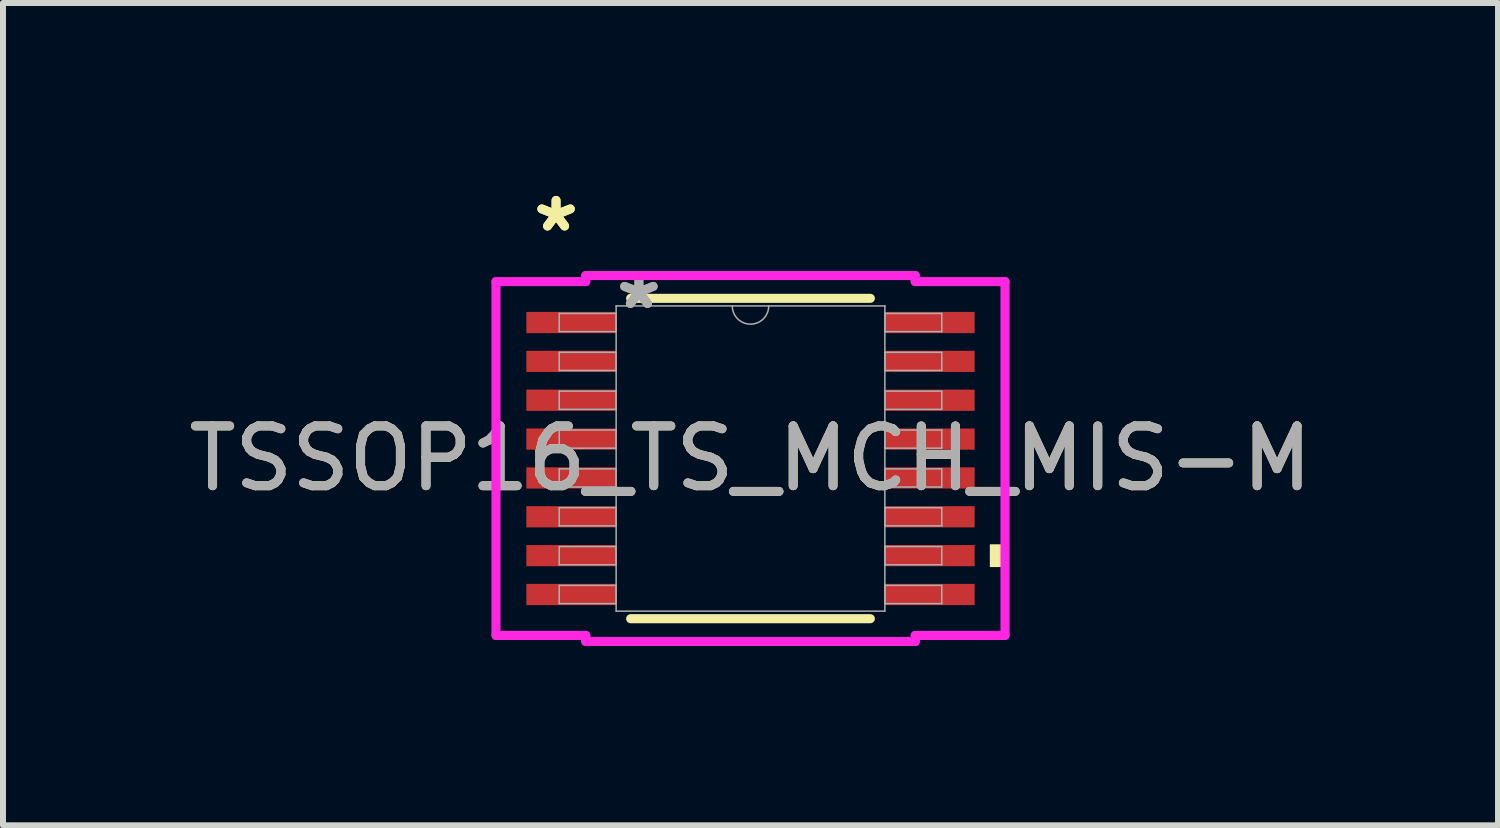
<source format=kicad_pcb>
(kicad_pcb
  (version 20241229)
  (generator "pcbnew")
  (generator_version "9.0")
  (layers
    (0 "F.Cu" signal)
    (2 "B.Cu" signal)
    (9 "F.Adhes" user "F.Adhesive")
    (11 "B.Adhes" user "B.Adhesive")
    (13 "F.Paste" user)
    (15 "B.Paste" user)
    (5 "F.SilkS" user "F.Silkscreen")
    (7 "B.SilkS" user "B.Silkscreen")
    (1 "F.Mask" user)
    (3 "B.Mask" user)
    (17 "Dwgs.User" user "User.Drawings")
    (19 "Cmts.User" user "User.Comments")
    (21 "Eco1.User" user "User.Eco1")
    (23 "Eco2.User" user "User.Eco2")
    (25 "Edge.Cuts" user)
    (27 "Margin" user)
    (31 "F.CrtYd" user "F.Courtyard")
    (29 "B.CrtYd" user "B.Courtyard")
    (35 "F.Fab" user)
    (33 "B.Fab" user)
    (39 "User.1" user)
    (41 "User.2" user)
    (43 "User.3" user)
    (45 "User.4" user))
  (footprint "TSSOP16_TS_MCH_MIS-M"
    (layer "F.Cu")
    (at 9.506 4.621)
    (property "Reference" "TSSOP16_TS_MCH_MIS-M" (at 0 0 0) (unlocked yes) (layer "F.SilkS") (effects (font (size 1 1) (thickness 0.15))))
    (attr smd)
    (fp_line (start -2.005 2.68) (end 2.005 2.68) (stroke (width 0.152) (type solid)) (layer "F.SilkS"))
    (fp_line (start 2.005 -2.68) (end -2.005 -2.68) (stroke (width 0.152) (type solid)) (layer "F.SilkS"))
    (fp_poly (pts (xy 4.258 1.435) (xy 4.258 1.816) (xy 4.004 1.816) (xy 4.004 1.435)) (stroke (width 0) (type solid)) (fill yes) (layer "F.SilkS"))
    (fp_line (start -4.258 -2.96) (end -2.756 -2.96) (stroke (width 0.152) (type solid)) (layer "F.CrtYd"))
    (fp_line (start -4.258 2.96) (end -4.258 -2.96) (stroke (width 0.152) (type solid)) (layer "F.CrtYd"))
    (fp_line (start -4.258 2.96) (end -2.756 2.96) (stroke (width 0.152) (type solid)) (layer "F.CrtYd"))
    (fp_line (start -2.756 -3.061) (end 2.756 -3.061) (stroke (width 0.152) (type solid)) (layer "F.CrtYd"))
    (fp_line (start -2.756 -2.96) (end -2.756 -3.061) (stroke (width 0.152) (type solid)) (layer "F.CrtYd"))
    (fp_line (start -2.756 3.061) (end -2.756 2.96) (stroke (width 0.152) (type solid)) (layer "F.CrtYd"))
    (fp_line (start 2.756 -3.061) (end 2.756 -2.96) (stroke (width 0.152) (type solid)) (layer "F.CrtYd"))
    (fp_line (start 2.756 2.96) (end 2.756 3.061) (stroke (width 0.152) (type solid)) (layer "F.CrtYd"))
    (fp_line (start 2.756 3.061) (end -2.756 3.061) (stroke (width 0.152) (type solid)) (layer "F.CrtYd"))
    (fp_line (start 4.258 -2.96) (end 2.756 -2.96) (stroke (width 0.152) (type solid)) (layer "F.CrtYd"))
    (fp_line (start 4.258 -2.96) (end 4.258 2.96) (stroke (width 0.152) (type solid)) (layer "F.CrtYd"))
    (fp_line (start 4.258 2.96) (end 2.756 2.96) (stroke (width 0.152) (type solid)) (layer "F.CrtYd"))
    (fp_line (start -3.2 -2.427) (end -3.2 -2.123) (stroke (width 0.025) (type solid)) (layer "F.Fab"))
    (fp_line (start -3.2 -2.123) (end -2.248 -2.123) (stroke (width 0.025) (type solid)) (layer "F.Fab"))
    (fp_line (start -3.2 -1.777) (end -3.2 -1.473) (stroke (width 0.025) (type solid)) (layer "F.Fab"))
    (fp_line (start -3.2 -1.473) (end -2.248 -1.473) (stroke (width 0.025) (type solid)) (layer "F.Fab"))
    (fp_line (start -3.2 -1.127) (end -3.2 -0.823) (stroke (width 0.025) (type solid)) (layer "F.Fab"))
    (fp_line (start -3.2 -0.823) (end -2.248 -0.823) (stroke (width 0.025) (type solid)) (layer "F.Fab"))
    (fp_line (start -3.2 -0.477) (end -3.2 -0.173) (stroke (width 0.025) (type solid)) (layer "F.Fab"))
    (fp_line (start -3.2 -0.173) (end -2.248 -0.173) (stroke (width 0.025) (type solid)) (layer "F.Fab"))
    (fp_line (start -3.2 0.173) (end -3.2 0.477) (stroke (width 0.025) (type solid)) (layer "F.Fab"))
    (fp_line (start -3.2 0.477) (end -2.248 0.477) (stroke (width 0.025) (type solid)) (layer "F.Fab"))
    (fp_line (start -3.2 0.823) (end -3.2 1.127) (stroke (width 0.025) (type solid)) (layer "F.Fab"))
    (fp_line (start -3.2 1.127) (end -2.248 1.127) (stroke (width 0.025) (type solid)) (layer "F.Fab"))
    (fp_line (start -3.2 1.473) (end -3.2 1.777) (stroke (width 0.025) (type solid)) (layer "F.Fab"))
    (fp_line (start -3.2 1.777) (end -2.248 1.777) (stroke (width 0.025) (type solid)) (layer "F.Fab"))
    (fp_line (start -3.2 2.123) (end -3.2 2.427) (stroke (width 0.025) (type solid)) (layer "F.Fab"))
    (fp_line (start -3.2 2.427) (end -2.248 2.427) (stroke (width 0.025) (type solid)) (layer "F.Fab"))
    (fp_line (start -2.248 -2.553) (end -2.248 2.553) (stroke (width 0.025) (type solid)) (layer "F.Fab"))
    (fp_line (start -2.248 -2.427) (end -3.2 -2.427) (stroke (width 0.025) (type solid)) (layer "F.Fab"))
    (fp_line (start -2.248 -2.123) (end -2.248 -2.427) (stroke (width 0.025) (type solid)) (layer "F.Fab"))
    (fp_line (start -2.248 -1.777) (end -3.2 -1.777) (stroke (width 0.025) (type solid)) (layer "F.Fab"))
    (fp_line (start -2.248 -1.473) (end -2.248 -1.777) (stroke (width 0.025) (type solid)) (layer "F.Fab"))
    (fp_line (start -2.248 -1.127) (end -3.2 -1.127) (stroke (width 0.025) (type solid)) (layer "F.Fab"))
    (fp_line (start -2.248 -0.823) (end -2.248 -1.127) (stroke (width 0.025) (type solid)) (layer "F.Fab"))
    (fp_line (start -2.248 -0.477) (end -3.2 -0.477) (stroke (width 0.025) (type solid)) (layer "F.Fab"))
    (fp_line (start -2.248 -0.173) (end -2.248 -0.477) (stroke (width 0.025) (type solid)) (layer "F.Fab"))
    (fp_line (start -2.248 0.173) (end -3.2 0.173) (stroke (width 0.025) (type solid)) (layer "F.Fab"))
    (fp_line (start -2.248 0.477) (end -2.248 0.173) (stroke (width 0.025) (type solid)) (layer "F.Fab"))
    (fp_line (start -2.248 0.823) (end -3.2 0.823) (stroke (width 0.025) (type solid)) (layer "F.Fab"))
    (fp_line (start -2.248 1.127) (end -2.248 0.823) (stroke (width 0.025) (type solid)) (layer "F.Fab"))
    (fp_line (start -2.248 1.473) (end -3.2 1.473) (stroke (width 0.025) (type solid)) (layer "F.Fab"))
    (fp_line (start -2.248 1.777) (end -2.248 1.473) (stroke (width 0.025) (type solid)) (layer "F.Fab"))
    (fp_line (start -2.248 2.123) (end -3.2 2.123) (stroke (width 0.025) (type solid)) (layer "F.Fab"))
    (fp_line (start -2.248 2.427) (end -2.248 2.123) (stroke (width 0.025) (type solid)) (layer "F.Fab"))
    (fp_line (start -2.248 2.553) (end 2.248 2.553) (stroke (width 0.025) (type solid)) (layer "F.Fab"))
    (fp_line (start 2.248 -2.553) (end -2.248 -2.553) (stroke (width 0.025) (type solid)) (layer "F.Fab"))
    (fp_line (start 2.248 -2.427) (end 2.248 -2.123) (stroke (width 0.025) (type solid)) (layer "F.Fab"))
    (fp_line (start 2.248 -2.123) (end 3.2 -2.123) (stroke (width 0.025) (type solid)) (layer "F.Fab"))
    (fp_line (start 2.248 -1.777) (end 2.248 -1.473) (stroke (width 0.025) (type solid)) (layer "F.Fab"))
    (fp_line (start 2.248 -1.473) (end 3.2 -1.473) (stroke (width 0.025) (type solid)) (layer "F.Fab"))
    (fp_line (start 2.248 -1.127) (end 2.248 -0.823) (stroke (width 0.025) (type solid)) (layer "F.Fab"))
    (fp_line (start 2.248 -0.823) (end 3.2 -0.823) (stroke (width 0.025) (type solid)) (layer "F.Fab"))
    (fp_line (start 2.248 -0.477) (end 2.248 -0.173) (stroke (width 0.025) (type solid)) (layer "F.Fab"))
    (fp_line (start 2.248 -0.173) (end 3.2 -0.173) (stroke (width 0.025) (type solid)) (layer "F.Fab"))
    (fp_line (start 2.248 0.173) (end 2.248 0.477) (stroke (width 0.025) (type solid)) (layer "F.Fab"))
    (fp_line (start 2.248 0.477) (end 3.2 0.477) (stroke (width 0.025) (type solid)) (layer "F.Fab"))
    (fp_line (start 2.248 0.823) (end 2.248 1.127) (stroke (width 0.025) (type solid)) (layer "F.Fab"))
    (fp_line (start 2.248 1.127) (end 3.2 1.127) (stroke (width 0.025) (type solid)) (layer "F.Fab"))
    (fp_line (start 2.248 1.473) (end 2.248 1.777) (stroke (width 0.025) (type solid)) (layer "F.Fab"))
    (fp_line (start 2.248 1.777) (end 3.2 1.777) (stroke (width 0.025) (type solid)) (layer "F.Fab"))
    (fp_line (start 2.248 2.123) (end 2.248 2.427) (stroke (width 0.025) (type solid)) (layer "F.Fab"))
    (fp_line (start 2.248 2.427) (end 3.2 2.427) (stroke (width 0.025) (type solid)) (layer "F.Fab"))
    (fp_line (start 2.248 2.553) (end 2.248 -2.553) (stroke (width 0.025) (type solid)) (layer "F.Fab"))
    (fp_line (start 3.2 -2.427) (end 2.248 -2.427) (stroke (width 0.025) (type solid)) (layer "F.Fab"))
    (fp_line (start 3.2 -2.123) (end 3.2 -2.427) (stroke (width 0.025) (type solid)) (layer "F.Fab"))
    (fp_line (start 3.2 -1.777) (end 2.248 -1.777) (stroke (width 0.025) (type solid)) (layer "F.Fab"))
    (fp_line (start 3.2 -1.473) (end 3.2 -1.777) (stroke (width 0.025) (type solid)) (layer "F.Fab"))
    (fp_line (start 3.2 -1.127) (end 2.248 -1.127) (stroke (width 0.025) (type solid)) (layer "F.Fab"))
    (fp_line (start 3.2 -0.823) (end 3.2 -1.127) (stroke (width 0.025) (type solid)) (layer "F.Fab"))
    (fp_line (start 3.2 -0.477) (end 2.248 -0.477) (stroke (width 0.025) (type solid)) (layer "F.Fab"))
    (fp_line (start 3.2 -0.173) (end 3.2 -0.477) (stroke (width 0.025) (type solid)) (layer "F.Fab"))
    (fp_line (start 3.2 0.173) (end 2.248 0.173) (stroke (width 0.025) (type solid)) (layer "F.Fab"))
    (fp_line (start 3.2 0.477) (end 3.2 0.173) (stroke (width 0.025) (type solid)) (layer "F.Fab"))
    (fp_line (start 3.2 0.823) (end 2.248 0.823) (stroke (width 0.025) (type solid)) (layer "F.Fab"))
    (fp_line (start 3.2 1.127) (end 3.2 0.823) (stroke (width 0.025) (type solid)) (layer "F.Fab"))
    (fp_line (start 3.2 1.473) (end 2.248 1.473) (stroke (width 0.025) (type solid)) (layer "F.Fab"))
    (fp_line (start 3.2 1.777) (end 3.2 1.473) (stroke (width 0.025) (type solid)) (layer "F.Fab"))
    (fp_line (start 3.2 2.123) (end 2.248 2.123) (stroke (width 0.025) (type solid)) (layer "F.Fab"))
    (fp_line (start 3.2 2.427) (end 3.2 2.123) (stroke (width 0.025) (type solid)) (layer "F.Fab"))
    (fp_arc (start 0.3048 -2.5527) (mid 0 -2.2479) (end -0.3048 -2.5527) (stroke (width 0.0254) (type solid)) (layer "F.Fab"))
    (fp_text user "*" (at -3.253 -3.773 0) (unlocked yes) (layer "F.SilkS") (effects (font (size 1 1) (thickness 0.15))))
    (fp_text user "*" (at -3.253 -3.773 0) (layer "F.SilkS") (effects (font (size 1 1) (thickness 0.15))))
    (fp_text user "${REFERENCE}" (at 0 0 0) (unlocked yes) (layer "F.Fab") (effects (font (size 1 1) (thickness 0.15))))
    (fp_text user "*" (at -1.867 -2.477 0) (unlocked yes) (layer "F.Fab") (effects (font (size 1 1) (thickness 0.15))))
    (fp_text user "*" (at -1.867 -2.477 0) (layer "F.Fab") (effects (font (size 1 1) (thickness 0.15))))
    (pad "1" smd rect (at -2.999 -2.275) (size 1.502 0.355) (layers "F.Cu" "F.Mask" "F.Paste"))
    (pad "2" smd rect (at -2.999 -1.625) (size 1.502 0.355) (layers "F.Cu" "F.Mask" "F.Paste"))
    (pad "3" smd rect (at -2.999 -0.975) (size 1.502 0.355) (layers "F.Cu" "F.Mask" "F.Paste"))
    (pad "4" smd rect (at -2.999 -0.325) (size 1.502 0.355) (layers "F.Cu" "F.Mask" "F.Paste"))
    (pad "5" smd rect (at -2.999 0.325) (size 1.502 0.355) (layers "F.Cu" "F.Mask" "F.Paste"))
    (pad "6" smd rect (at -2.999 0.975) (size 1.502 0.355) (layers "F.Cu" "F.Mask" "F.Paste"))
    (pad "7" smd rect (at -2.999 1.625) (size 1.502 0.355) (layers "F.Cu" "F.Mask" "F.Paste"))
    (pad "8" smd rect (at -2.999 2.275) (size 1.502 0.355) (layers "F.Cu" "F.Mask" "F.Paste"))
    (pad "9" smd rect (at 2.999 2.275) (size 1.502 0.355) (layers "F.Cu" "F.Mask" "F.Paste"))
    (pad "10" smd rect (at 2.999 1.625) (size 1.502 0.355) (layers "F.Cu" "F.Mask" "F.Paste"))
    (pad "11" smd rect (at 2.999 0.975) (size 1.502 0.355) (layers "F.Cu" "F.Mask" "F.Paste"))
    (pad "12" smd rect (at 2.999 0.325) (size 1.502 0.355) (layers "F.Cu" "F.Mask" "F.Paste"))
    (pad "13" smd rect (at 2.999 -0.325) (size 1.502 0.355) (layers "F.Cu" "F.Mask" "F.Paste"))
    (pad "14" smd rect (at 2.999 -0.975) (size 1.502 0.355) (layers "F.Cu" "F.Mask" "F.Paste"))
    (pad "15" smd rect (at 2.999 -1.625) (size 1.502 0.355) (layers "F.Cu" "F.Mask" "F.Paste"))
    (pad "16" smd rect (at 2.999 -2.275) (size 1.502 0.355) (layers "F.Cu" "F.Mask" "F.Paste")))
  (gr_rect
    (start -3 -3)
    (end 22.012 10.758)
    (stroke (width 0.1) (type default))
    (fill no)
    (layer "Edge.Cuts")))
</source>
